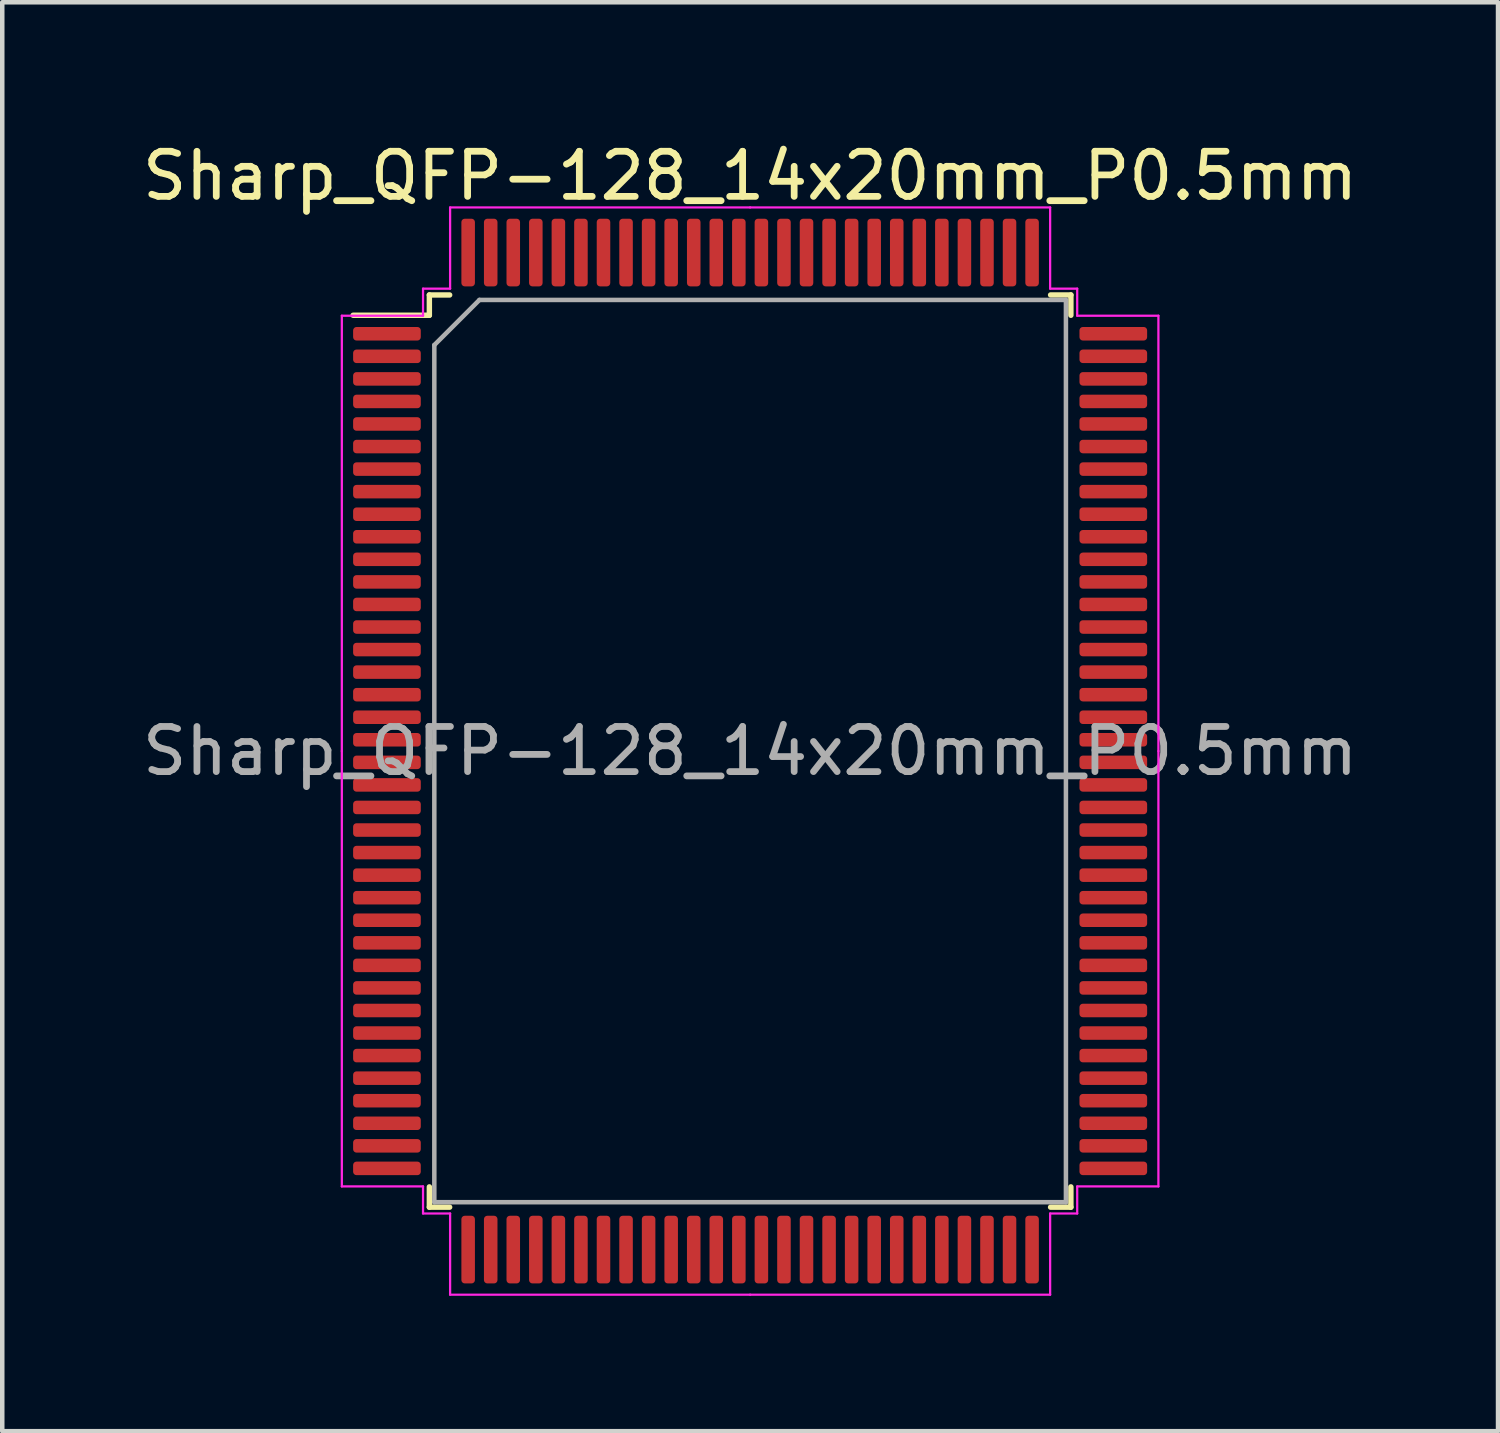
<source format=kicad_pcb>
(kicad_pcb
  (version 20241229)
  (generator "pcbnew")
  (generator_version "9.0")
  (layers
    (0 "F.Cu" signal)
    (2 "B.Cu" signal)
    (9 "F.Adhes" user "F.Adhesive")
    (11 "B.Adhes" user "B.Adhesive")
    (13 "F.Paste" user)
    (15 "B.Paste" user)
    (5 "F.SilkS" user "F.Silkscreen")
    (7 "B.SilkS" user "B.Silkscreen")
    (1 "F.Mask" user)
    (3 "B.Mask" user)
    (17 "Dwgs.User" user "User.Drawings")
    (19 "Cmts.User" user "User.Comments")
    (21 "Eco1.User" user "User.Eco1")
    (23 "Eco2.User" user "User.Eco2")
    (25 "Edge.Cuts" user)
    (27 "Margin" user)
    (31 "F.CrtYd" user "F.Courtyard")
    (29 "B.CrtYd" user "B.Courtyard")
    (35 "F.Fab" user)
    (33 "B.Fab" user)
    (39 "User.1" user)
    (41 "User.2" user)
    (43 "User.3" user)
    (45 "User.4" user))
  (footprint "Sharp_QFP-128_14x20mm_P0.5mm"
    (layer "F.Cu")
    (at 13.577 13.598)
    (property "Reference" "Sharp_QFP-128_14x20mm_P0.5mm" (at 0 -12.75 0) (layer "F.SilkS") (effects (font (size 1 1) (thickness 0.15))))
    (attr smd)
    (fp_line (start -7.11 -10.11) (end -7.11 -9.66) (stroke (width 0.12) (type solid)) (layer "F.SilkS"))
    (fp_line (start -7.11 -9.66) (end -8.8 -9.66) (stroke (width 0.12) (type solid)) (layer "F.SilkS"))
    (fp_line (start -7.11 10.11) (end -7.11 9.66) (stroke (width 0.12) (type solid)) (layer "F.SilkS"))
    (fp_line (start -6.66 -10.11) (end -7.11 -10.11) (stroke (width 0.12) (type solid)) (layer "F.SilkS"))
    (fp_line (start -6.66 10.11) (end -7.11 10.11) (stroke (width 0.12) (type solid)) (layer "F.SilkS"))
    (fp_line (start 6.66 -10.11) (end 7.11 -10.11) (stroke (width 0.12) (type solid)) (layer "F.SilkS"))
    (fp_line (start 6.66 10.11) (end 7.11 10.11) (stroke (width 0.12) (type solid)) (layer "F.SilkS"))
    (fp_line (start 7.11 -10.11) (end 7.11 -9.66) (stroke (width 0.12) (type solid)) (layer "F.SilkS"))
    (fp_line (start 7.11 10.11) (end 7.11 9.66) (stroke (width 0.12) (type solid)) (layer "F.SilkS"))
    (fp_line (start -9.05 -9.65) (end -9.05 0) (stroke (width 0.05) (type solid)) (layer "F.CrtYd"))
    (fp_line (start -9.05 9.65) (end -9.05 0) (stroke (width 0.05) (type solid)) (layer "F.CrtYd"))
    (fp_line (start -7.25 -10.25) (end -7.25 -9.65) (stroke (width 0.05) (type solid)) (layer "F.CrtYd"))
    (fp_line (start -7.25 -9.65) (end -9.05 -9.65) (stroke (width 0.05) (type solid)) (layer "F.CrtYd"))
    (fp_line (start -7.25 9.65) (end -9.05 9.65) (stroke (width 0.05) (type solid)) (layer "F.CrtYd"))
    (fp_line (start -7.25 10.25) (end -7.25 9.65) (stroke (width 0.05) (type solid)) (layer "F.CrtYd"))
    (fp_line (start -6.65 -12.05) (end -6.65 -10.25) (stroke (width 0.05) (type solid)) (layer "F.CrtYd"))
    (fp_line (start -6.65 -10.25) (end -7.25 -10.25) (stroke (width 0.05) (type solid)) (layer "F.CrtYd"))
    (fp_line (start -6.65 10.25) (end -7.25 10.25) (stroke (width 0.05) (type solid)) (layer "F.CrtYd"))
    (fp_line (start -6.65 12.05) (end -6.65 10.25) (stroke (width 0.05) (type solid)) (layer "F.CrtYd"))
    (fp_line (start 0 -12.05) (end -6.65 -12.05) (stroke (width 0.05) (type solid)) (layer "F.CrtYd"))
    (fp_line (start 0 -12.05) (end 6.65 -12.05) (stroke (width 0.05) (type solid)) (layer "F.CrtYd"))
    (fp_line (start 0 12.05) (end -6.65 12.05) (stroke (width 0.05) (type solid)) (layer "F.CrtYd"))
    (fp_line (start 0 12.05) (end 6.65 12.05) (stroke (width 0.05) (type solid)) (layer "F.CrtYd"))
    (fp_line (start 6.65 -12.05) (end 6.65 -10.25) (stroke (width 0.05) (type solid)) (layer "F.CrtYd"))
    (fp_line (start 6.65 -10.25) (end 7.25 -10.25) (stroke (width 0.05) (type solid)) (layer "F.CrtYd"))
    (fp_line (start 6.65 10.25) (end 7.25 10.25) (stroke (width 0.05) (type solid)) (layer "F.CrtYd"))
    (fp_line (start 6.65 12.05) (end 6.65 10.25) (stroke (width 0.05) (type solid)) (layer "F.CrtYd"))
    (fp_line (start 7.25 -10.25) (end 7.25 -9.65) (stroke (width 0.05) (type solid)) (layer "F.CrtYd"))
    (fp_line (start 7.25 -9.65) (end 9.05 -9.65) (stroke (width 0.05) (type solid)) (layer "F.CrtYd"))
    (fp_line (start 7.25 9.65) (end 9.05 9.65) (stroke (width 0.05) (type solid)) (layer "F.CrtYd"))
    (fp_line (start 7.25 10.25) (end 7.25 9.65) (stroke (width 0.05) (type solid)) (layer "F.CrtYd"))
    (fp_line (start 9.05 -9.65) (end 9.05 0) (stroke (width 0.05) (type solid)) (layer "F.CrtYd"))
    (fp_line (start 9.05 9.65) (end 9.05 0) (stroke (width 0.05) (type solid)) (layer "F.CrtYd"))
    (fp_line (start -7 -9) (end -6 -10) (stroke (width 0.1) (type solid)) (layer "F.Fab"))
    (fp_line (start -7 10) (end -7 -9) (stroke (width 0.1) (type solid)) (layer "F.Fab"))
    (fp_line (start -6 -10) (end 7 -10) (stroke (width 0.1) (type solid)) (layer "F.Fab"))
    (fp_line (start 7 -10) (end 7 10) (stroke (width 0.1) (type solid)) (layer "F.Fab"))
    (fp_line (start 7 10) (end -7 10) (stroke (width 0.1) (type solid)) (layer "F.Fab"))
    (fp_text user "${REFERENCE}" (at 0 0 0) (layer "F.Fab") (effects (font (size 1 1) (thickness 0.15))))
    (pad "1" smd roundrect (at -8.05 -9.25) (size 1.5 0.3) (layers "F.Cu" "F.Mask" "F.Paste") (roundrect_rratio 0.25))
    (pad "2" smd roundrect (at -8.05 -8.75) (size 1.5 0.3) (layers "F.Cu" "F.Mask" "F.Paste") (roundrect_rratio 0.25))
    (pad "3" smd roundrect (at -8.05 -8.25) (size 1.5 0.3) (layers "F.Cu" "F.Mask" "F.Paste") (roundrect_rratio 0.25))
    (pad "4" smd roundrect (at -8.05 -7.75) (size 1.5 0.3) (layers "F.Cu" "F.Mask" "F.Paste") (roundrect_rratio 0.25))
    (pad "5" smd roundrect (at -8.05 -7.25) (size 1.5 0.3) (layers "F.Cu" "F.Mask" "F.Paste") (roundrect_rratio 0.25))
    (pad "6" smd roundrect (at -8.05 -6.75) (size 1.5 0.3) (layers "F.Cu" "F.Mask" "F.Paste") (roundrect_rratio 0.25))
    (pad "7" smd roundrect (at -8.05 -6.25) (size 1.5 0.3) (layers "F.Cu" "F.Mask" "F.Paste") (roundrect_rratio 0.25))
    (pad "8" smd roundrect (at -8.05 -5.75) (size 1.5 0.3) (layers "F.Cu" "F.Mask" "F.Paste") (roundrect_rratio 0.25))
    (pad "9" smd roundrect (at -8.05 -5.25) (size 1.5 0.3) (layers "F.Cu" "F.Mask" "F.Paste") (roundrect_rratio 0.25))
    (pad "10" smd roundrect (at -8.05 -4.75) (size 1.5 0.3) (layers "F.Cu" "F.Mask" "F.Paste") (roundrect_rratio 0.25))
    (pad "11" smd roundrect (at -8.05 -4.25) (size 1.5 0.3) (layers "F.Cu" "F.Mask" "F.Paste") (roundrect_rratio 0.25))
    (pad "12" smd roundrect (at -8.05 -3.75) (size 1.5 0.3) (layers "F.Cu" "F.Mask" "F.Paste") (roundrect_rratio 0.25))
    (pad "13" smd roundrect (at -8.05 -3.25) (size 1.5 0.3) (layers "F.Cu" "F.Mask" "F.Paste") (roundrect_rratio 0.25))
    (pad "14" smd roundrect (at -8.05 -2.75) (size 1.5 0.3) (layers "F.Cu" "F.Mask" "F.Paste") (roundrect_rratio 0.25))
    (pad "15" smd roundrect (at -8.05 -2.25) (size 1.5 0.3) (layers "F.Cu" "F.Mask" "F.Paste") (roundrect_rratio 0.25))
    (pad "16" smd roundrect (at -8.05 -1.75) (size 1.5 0.3) (layers "F.Cu" "F.Mask" "F.Paste") (roundrect_rratio 0.25))
    (pad "17" smd roundrect (at -8.05 -1.25) (size 1.5 0.3) (layers "F.Cu" "F.Mask" "F.Paste") (roundrect_rratio 0.25))
    (pad "18" smd roundrect (at -8.05 -0.75) (size 1.5 0.3) (layers "F.Cu" "F.Mask" "F.Paste") (roundrect_rratio 0.25))
    (pad "19" smd roundrect (at -8.05 -0.25) (size 1.5 0.3) (layers "F.Cu" "F.Mask" "F.Paste") (roundrect_rratio 0.25))
    (pad "20" smd roundrect (at -8.05 0.25) (size 1.5 0.3) (layers "F.Cu" "F.Mask" "F.Paste") (roundrect_rratio 0.25))
    (pad "21" smd roundrect (at -8.05 0.75) (size 1.5 0.3) (layers "F.Cu" "F.Mask" "F.Paste") (roundrect_rratio 0.25))
    (pad "22" smd roundrect (at -8.05 1.25) (size 1.5 0.3) (layers "F.Cu" "F.Mask" "F.Paste") (roundrect_rratio 0.25))
    (pad "23" smd roundrect (at -8.05 1.75) (size 1.5 0.3) (layers "F.Cu" "F.Mask" "F.Paste") (roundrect_rratio 0.25))
    (pad "24" smd roundrect (at -8.05 2.25) (size 1.5 0.3) (layers "F.Cu" "F.Mask" "F.Paste") (roundrect_rratio 0.25))
    (pad "25" smd roundrect (at -8.05 2.75) (size 1.5 0.3) (layers "F.Cu" "F.Mask" "F.Paste") (roundrect_rratio 0.25))
    (pad "26" smd roundrect (at -8.05 3.25) (size 1.5 0.3) (layers "F.Cu" "F.Mask" "F.Paste") (roundrect_rratio 0.25))
    (pad "27" smd roundrect (at -8.05 3.75) (size 1.5 0.3) (layers "F.Cu" "F.Mask" "F.Paste") (roundrect_rratio 0.25))
    (pad "28" smd roundrect (at -8.05 4.25) (size 1.5 0.3) (layers "F.Cu" "F.Mask" "F.Paste") (roundrect_rratio 0.25))
    (pad "29" smd roundrect (at -8.05 4.75) (size 1.5 0.3) (layers "F.Cu" "F.Mask" "F.Paste") (roundrect_rratio 0.25))
    (pad "30" smd roundrect (at -8.05 5.25) (size 1.5 0.3) (layers "F.Cu" "F.Mask" "F.Paste") (roundrect_rratio 0.25))
    (pad "31" smd roundrect (at -8.05 5.75) (size 1.5 0.3) (layers "F.Cu" "F.Mask" "F.Paste") (roundrect_rratio 0.25))
    (pad "32" smd roundrect (at -8.05 6.25) (size 1.5 0.3) (layers "F.Cu" "F.Mask" "F.Paste") (roundrect_rratio 0.25))
    (pad "33" smd roundrect (at -8.05 6.75) (size 1.5 0.3) (layers "F.Cu" "F.Mask" "F.Paste") (roundrect_rratio 0.25))
    (pad "34" smd roundrect (at -8.05 7.25) (size 1.5 0.3) (layers "F.Cu" "F.Mask" "F.Paste") (roundrect_rratio 0.25))
    (pad "35" smd roundrect (at -8.05 7.75) (size 1.5 0.3) (layers "F.Cu" "F.Mask" "F.Paste") (roundrect_rratio 0.25))
    (pad "36" smd roundrect (at -8.05 8.25) (size 1.5 0.3) (layers "F.Cu" "F.Mask" "F.Paste") (roundrect_rratio 0.25))
    (pad "37" smd roundrect (at -8.05 8.75) (size 1.5 0.3) (layers "F.Cu" "F.Mask" "F.Paste") (roundrect_rratio 0.25))
    (pad "38" smd roundrect (at -8.05 9.25) (size 1.5 0.3) (layers "F.Cu" "F.Mask" "F.Paste") (roundrect_rratio 0.25))
    (pad "39" smd roundrect (at -6.25 11.05) (size 0.3 1.5) (layers "F.Cu" "F.Mask" "F.Paste") (roundrect_rratio 0.25))
    (pad "40" smd roundrect (at -5.75 11.05) (size 0.3 1.5) (layers "F.Cu" "F.Mask" "F.Paste") (roundrect_rratio 0.25))
    (pad "41" smd roundrect (at -5.25 11.05) (size 0.3 1.5) (layers "F.Cu" "F.Mask" "F.Paste") (roundrect_rratio 0.25))
    (pad "42" smd roundrect (at -4.75 11.05) (size 0.3 1.5) (layers "F.Cu" "F.Mask" "F.Paste") (roundrect_rratio 0.25))
    (pad "43" smd roundrect (at -4.25 11.05) (size 0.3 1.5) (layers "F.Cu" "F.Mask" "F.Paste") (roundrect_rratio 0.25))
    (pad "44" smd roundrect (at -3.75 11.05) (size 0.3 1.5) (layers "F.Cu" "F.Mask" "F.Paste") (roundrect_rratio 0.25))
    (pad "45" smd roundrect (at -3.25 11.05) (size 0.3 1.5) (layers "F.Cu" "F.Mask" "F.Paste") (roundrect_rratio 0.25))
    (pad "46" smd roundrect (at -2.75 11.05) (size 0.3 1.5) (layers "F.Cu" "F.Mask" "F.Paste") (roundrect_rratio 0.25))
    (pad "47" smd roundrect (at -2.25 11.05) (size 0.3 1.5) (layers "F.Cu" "F.Mask" "F.Paste") (roundrect_rratio 0.25))
    (pad "48" smd roundrect (at -1.75 11.05) (size 0.3 1.5) (layers "F.Cu" "F.Mask" "F.Paste") (roundrect_rratio 0.25))
    (pad "49" smd roundrect (at -1.25 11.05) (size 0.3 1.5) (layers "F.Cu" "F.Mask" "F.Paste") (roundrect_rratio 0.25))
    (pad "50" smd roundrect (at -0.75 11.05) (size 0.3 1.5) (layers "F.Cu" "F.Mask" "F.Paste") (roundrect_rratio 0.25))
    (pad "51" smd roundrect (at -0.25 11.05) (size 0.3 1.5) (layers "F.Cu" "F.Mask" "F.Paste") (roundrect_rratio 0.25))
    (pad "52" smd roundrect (at 0.25 11.05) (size 0.3 1.5) (layers "F.Cu" "F.Mask" "F.Paste") (roundrect_rratio 0.25))
    (pad "53" smd roundrect (at 0.75 11.05) (size 0.3 1.5) (layers "F.Cu" "F.Mask" "F.Paste") (roundrect_rratio 0.25))
    (pad "54" smd roundrect (at 1.25 11.05) (size 0.3 1.5) (layers "F.Cu" "F.Mask" "F.Paste") (roundrect_rratio 0.25))
    (pad "55" smd roundrect (at 1.75 11.05) (size 0.3 1.5) (layers "F.Cu" "F.Mask" "F.Paste") (roundrect_rratio 0.25))
    (pad "56" smd roundrect (at 2.25 11.05) (size 0.3 1.5) (layers "F.Cu" "F.Mask" "F.Paste") (roundrect_rratio 0.25))
    (pad "57" smd roundrect (at 2.75 11.05) (size 0.3 1.5) (layers "F.Cu" "F.Mask" "F.Paste") (roundrect_rratio 0.25))
    (pad "58" smd roundrect (at 3.25 11.05) (size 0.3 1.5) (layers "F.Cu" "F.Mask" "F.Paste") (roundrect_rratio 0.25))
    (pad "59" smd roundrect (at 3.75 11.05) (size 0.3 1.5) (layers "F.Cu" "F.Mask" "F.Paste") (roundrect_rratio 0.25))
    (pad "60" smd roundrect (at 4.25 11.05) (size 0.3 1.5) (layers "F.Cu" "F.Mask" "F.Paste") (roundrect_rratio 0.25))
    (pad "61" smd roundrect (at 4.75 11.05) (size 0.3 1.5) (layers "F.Cu" "F.Mask" "F.Paste") (roundrect_rratio 0.25))
    (pad "62" smd roundrect (at 5.25 11.05) (size 0.3 1.5) (layers "F.Cu" "F.Mask" "F.Paste") (roundrect_rratio 0.25))
    (pad "63" smd roundrect (at 5.75 11.05) (size 0.3 1.5) (layers "F.Cu" "F.Mask" "F.Paste") (roundrect_rratio 0.25))
    (pad "64" smd roundrect (at 6.25 11.05) (size 0.3 1.5) (layers "F.Cu" "F.Mask" "F.Paste") (roundrect_rratio 0.25))
    (pad "65" smd roundrect (at 8.05 9.25) (size 1.5 0.3) (layers "F.Cu" "F.Mask" "F.Paste") (roundrect_rratio 0.25))
    (pad "66" smd roundrect (at 8.05 8.75) (size 1.5 0.3) (layers "F.Cu" "F.Mask" "F.Paste") (roundrect_rratio 0.25))
    (pad "67" smd roundrect (at 8.05 8.25) (size 1.5 0.3) (layers "F.Cu" "F.Mask" "F.Paste") (roundrect_rratio 0.25))
    (pad "68" smd roundrect (at 8.05 7.75) (size 1.5 0.3) (layers "F.Cu" "F.Mask" "F.Paste") (roundrect_rratio 0.25))
    (pad "69" smd roundrect (at 8.05 7.25) (size 1.5 0.3) (layers "F.Cu" "F.Mask" "F.Paste") (roundrect_rratio 0.25))
    (pad "70" smd roundrect (at 8.05 6.75) (size 1.5 0.3) (layers "F.Cu" "F.Mask" "F.Paste") (roundrect_rratio 0.25))
    (pad "71" smd roundrect (at 8.05 6.25) (size 1.5 0.3) (layers "F.Cu" "F.Mask" "F.Paste") (roundrect_rratio 0.25))
    (pad "72" smd roundrect (at 8.05 5.75) (size 1.5 0.3) (layers "F.Cu" "F.Mask" "F.Paste") (roundrect_rratio 0.25))
    (pad "73" smd roundrect (at 8.05 5.25) (size 1.5 0.3) (layers "F.Cu" "F.Mask" "F.Paste") (roundrect_rratio 0.25))
    (pad "74" smd roundrect (at 8.05 4.75) (size 1.5 0.3) (layers "F.Cu" "F.Mask" "F.Paste") (roundrect_rratio 0.25))
    (pad "75" smd roundrect (at 8.05 4.25) (size 1.5 0.3) (layers "F.Cu" "F.Mask" "F.Paste") (roundrect_rratio 0.25))
    (pad "76" smd roundrect (at 8.05 3.75) (size 1.5 0.3) (layers "F.Cu" "F.Mask" "F.Paste") (roundrect_rratio 0.25))
    (pad "77" smd roundrect (at 8.05 3.25) (size 1.5 0.3) (layers "F.Cu" "F.Mask" "F.Paste") (roundrect_rratio 0.25))
    (pad "78" smd roundrect (at 8.05 2.75) (size 1.5 0.3) (layers "F.Cu" "F.Mask" "F.Paste") (roundrect_rratio 0.25))
    (pad "79" smd roundrect (at 8.05 2.25) (size 1.5 0.3) (layers "F.Cu" "F.Mask" "F.Paste") (roundrect_rratio 0.25))
    (pad "80" smd roundrect (at 8.05 1.75) (size 1.5 0.3) (layers "F.Cu" "F.Mask" "F.Paste") (roundrect_rratio 0.25))
    (pad "81" smd roundrect (at 8.05 1.25) (size 1.5 0.3) (layers "F.Cu" "F.Mask" "F.Paste") (roundrect_rratio 0.25))
    (pad "82" smd roundrect (at 8.05 0.75) (size 1.5 0.3) (layers "F.Cu" "F.Mask" "F.Paste") (roundrect_rratio 0.25))
    (pad "83" smd roundrect (at 8.05 0.25) (size 1.5 0.3) (layers "F.Cu" "F.Mask" "F.Paste") (roundrect_rratio 0.25))
    (pad "84" smd roundrect (at 8.05 -0.25) (size 1.5 0.3) (layers "F.Cu" "F.Mask" "F.Paste") (roundrect_rratio 0.25))
    (pad "85" smd roundrect (at 8.05 -0.75) (size 1.5 0.3) (layers "F.Cu" "F.Mask" "F.Paste") (roundrect_rratio 0.25))
    (pad "86" smd roundrect (at 8.05 -1.25) (size 1.5 0.3) (layers "F.Cu" "F.Mask" "F.Paste") (roundrect_rratio 0.25))
    (pad "87" smd roundrect (at 8.05 -1.75) (size 1.5 0.3) (layers "F.Cu" "F.Mask" "F.Paste") (roundrect_rratio 0.25))
    (pad "88" smd roundrect (at 8.05 -2.25) (size 1.5 0.3) (layers "F.Cu" "F.Mask" "F.Paste") (roundrect_rratio 0.25))
    (pad "89" smd roundrect (at 8.05 -2.75) (size 1.5 0.3) (layers "F.Cu" "F.Mask" "F.Paste") (roundrect_rratio 0.25))
    (pad "90" smd roundrect (at 8.05 -3.25) (size 1.5 0.3) (layers "F.Cu" "F.Mask" "F.Paste") (roundrect_rratio 0.25))
    (pad "91" smd roundrect (at 8.05 -3.75) (size 1.5 0.3) (layers "F.Cu" "F.Mask" "F.Paste") (roundrect_rratio 0.25))
    (pad "92" smd roundrect (at 8.05 -4.25) (size 1.5 0.3) (layers "F.Cu" "F.Mask" "F.Paste") (roundrect_rratio 0.25))
    (pad "93" smd roundrect (at 8.05 -4.75) (size 1.5 0.3) (layers "F.Cu" "F.Mask" "F.Paste") (roundrect_rratio 0.25))
    (pad "94" smd roundrect (at 8.05 -5.25) (size 1.5 0.3) (layers "F.Cu" "F.Mask" "F.Paste") (roundrect_rratio 0.25))
    (pad "95" smd roundrect (at 8.05 -5.75) (size 1.5 0.3) (layers "F.Cu" "F.Mask" "F.Paste") (roundrect_rratio 0.25))
    (pad "96" smd roundrect (at 8.05 -6.25) (size 1.5 0.3) (layers "F.Cu" "F.Mask" "F.Paste") (roundrect_rratio 0.25))
    (pad "97" smd roundrect (at 8.05 -6.75) (size 1.5 0.3) (layers "F.Cu" "F.Mask" "F.Paste") (roundrect_rratio 0.25))
    (pad "98" smd roundrect (at 8.05 -7.25) (size 1.5 0.3) (layers "F.Cu" "F.Mask" "F.Paste") (roundrect_rratio 0.25))
    (pad "99" smd roundrect (at 8.05 -7.75) (size 1.5 0.3) (layers "F.Cu" "F.Mask" "F.Paste") (roundrect_rratio 0.25))
    (pad "100" smd roundrect (at 8.05 -8.25) (size 1.5 0.3) (layers "F.Cu" "F.Mask" "F.Paste") (roundrect_rratio 0.25))
    (pad "101" smd roundrect (at 8.05 -8.75) (size 1.5 0.3) (layers "F.Cu" "F.Mask" "F.Paste") (roundrect_rratio 0.25))
    (pad "102" smd roundrect (at 8.05 -9.25) (size 1.5 0.3) (layers "F.Cu" "F.Mask" "F.Paste") (roundrect_rratio 0.25))
    (pad "103" smd roundrect (at 6.25 -11.05) (size 0.3 1.5) (layers "F.Cu" "F.Mask" "F.Paste") (roundrect_rratio 0.25))
    (pad "104" smd roundrect (at 5.75 -11.05) (size 0.3 1.5) (layers "F.Cu" "F.Mask" "F.Paste") (roundrect_rratio 0.25))
    (pad "105" smd roundrect (at 5.25 -11.05) (size 0.3 1.5) (layers "F.Cu" "F.Mask" "F.Paste") (roundrect_rratio 0.25))
    (pad "106" smd roundrect (at 4.75 -11.05) (size 0.3 1.5) (layers "F.Cu" "F.Mask" "F.Paste") (roundrect_rratio 0.25))
    (pad "107" smd roundrect (at 4.25 -11.05) (size 0.3 1.5) (layers "F.Cu" "F.Mask" "F.Paste") (roundrect_rratio 0.25))
    (pad "108" smd roundrect (at 3.75 -11.05) (size 0.3 1.5) (layers "F.Cu" "F.Mask" "F.Paste") (roundrect_rratio 0.25))
    (pad "109" smd roundrect (at 3.25 -11.05) (size 0.3 1.5) (layers "F.Cu" "F.Mask" "F.Paste") (roundrect_rratio 0.25))
    (pad "110" smd roundrect (at 2.75 -11.05) (size 0.3 1.5) (layers "F.Cu" "F.Mask" "F.Paste") (roundrect_rratio 0.25))
    (pad "111" smd roundrect (at 2.25 -11.05) (size 0.3 1.5) (layers "F.Cu" "F.Mask" "F.Paste") (roundrect_rratio 0.25))
    (pad "112" smd roundrect (at 1.75 -11.05) (size 0.3 1.5) (layers "F.Cu" "F.Mask" "F.Paste") (roundrect_rratio 0.25))
    (pad "113" smd roundrect (at 1.25 -11.05) (size 0.3 1.5) (layers "F.Cu" "F.Mask" "F.Paste") (roundrect_rratio 0.25))
    (pad "114" smd roundrect (at 0.75 -11.05) (size 0.3 1.5) (layers "F.Cu" "F.Mask" "F.Paste") (roundrect_rratio 0.25))
    (pad "115" smd roundrect (at 0.25 -11.05) (size 0.3 1.5) (layers "F.Cu" "F.Mask" "F.Paste") (roundrect_rratio 0.25))
    (pad "116" smd roundrect (at -0.25 -11.05) (size 0.3 1.5) (layers "F.Cu" "F.Mask" "F.Paste") (roundrect_rratio 0.25))
    (pad "117" smd roundrect (at -0.75 -11.05) (size 0.3 1.5) (layers "F.Cu" "F.Mask" "F.Paste") (roundrect_rratio 0.25))
    (pad "118" smd roundrect (at -1.25 -11.05) (size 0.3 1.5) (layers "F.Cu" "F.Mask" "F.Paste") (roundrect_rratio 0.25))
    (pad "119" smd roundrect (at -1.75 -11.05) (size 0.3 1.5) (layers "F.Cu" "F.Mask" "F.Paste") (roundrect_rratio 0.25))
    (pad "120" smd roundrect (at -2.25 -11.05) (size 0.3 1.5) (layers "F.Cu" "F.Mask" "F.Paste") (roundrect_rratio 0.25))
    (pad "121" smd roundrect (at -2.75 -11.05) (size 0.3 1.5) (layers "F.Cu" "F.Mask" "F.Paste") (roundrect_rratio 0.25))
    (pad "122" smd roundrect (at -3.25 -11.05) (size 0.3 1.5) (layers "F.Cu" "F.Mask" "F.Paste") (roundrect_rratio 0.25))
    (pad "123" smd roundrect (at -3.75 -11.05) (size 0.3 1.5) (layers "F.Cu" "F.Mask" "F.Paste") (roundrect_rratio 0.25))
    (pad "124" smd roundrect (at -4.25 -11.05) (size 0.3 1.5) (layers "F.Cu" "F.Mask" "F.Paste") (roundrect_rratio 0.25))
    (pad "125" smd roundrect (at -4.75 -11.05) (size 0.3 1.5) (layers "F.Cu" "F.Mask" "F.Paste") (roundrect_rratio 0.25))
    (pad "126" smd roundrect (at -5.25 -11.05) (size 0.3 1.5) (layers "F.Cu" "F.Mask" "F.Paste") (roundrect_rratio 0.25))
    (pad "127" smd roundrect (at -5.75 -11.05) (size 0.3 1.5) (layers "F.Cu" "F.Mask" "F.Paste") (roundrect_rratio 0.25))
    (pad "128" smd roundrect (at -6.25 -11.05) (size 0.3 1.5) (layers "F.Cu" "F.Mask" "F.Paste") (roundrect_rratio 0.25)))
  (gr_rect
    (start -3 -3)
    (end 30.155 28.673)
    (stroke (width 0.1) (type default))
    (fill no)
    (layer "Edge.Cuts")))
</source>
